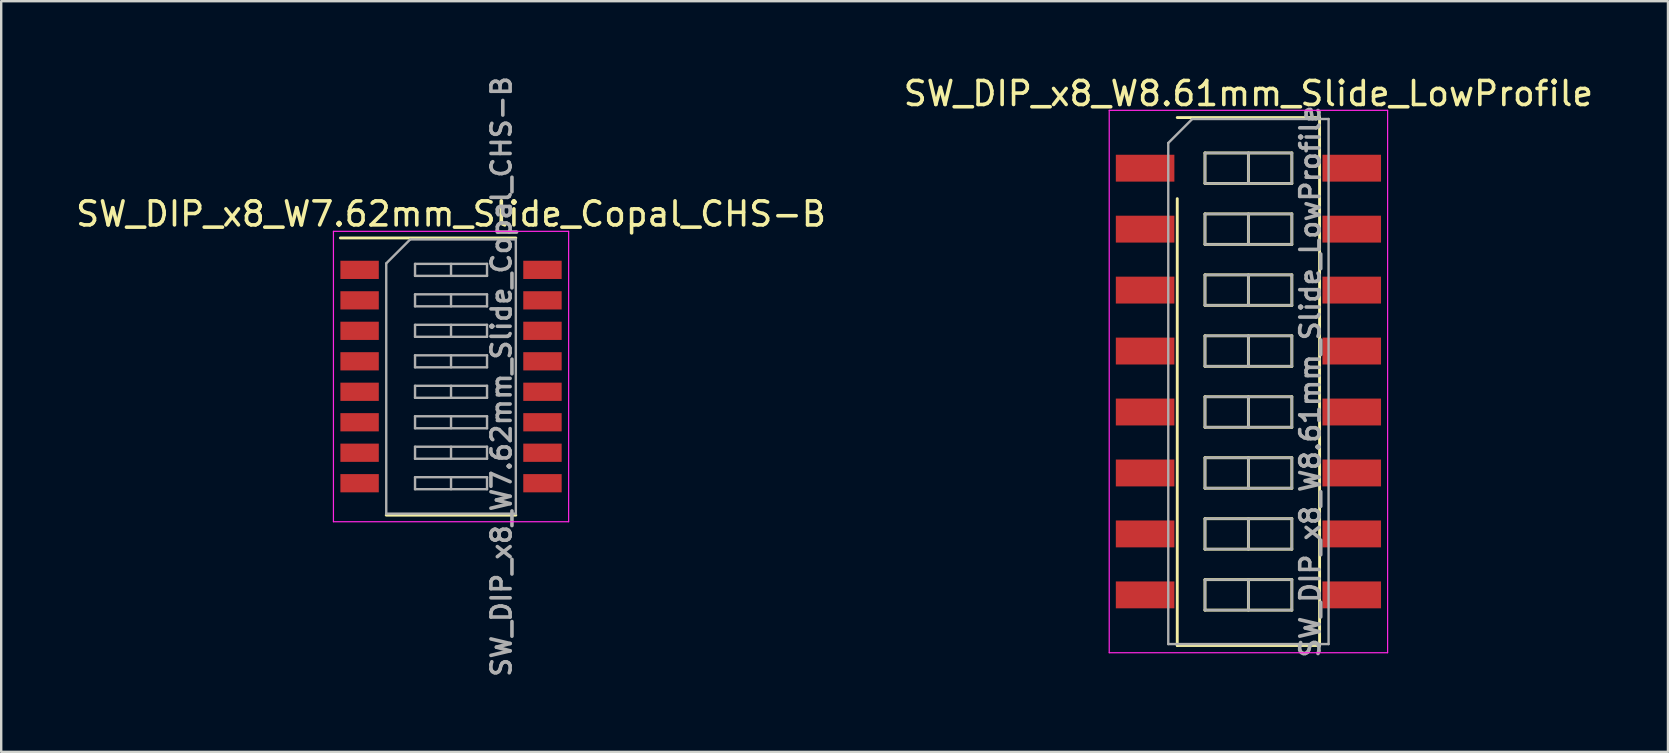
<source format=kicad_pcb>
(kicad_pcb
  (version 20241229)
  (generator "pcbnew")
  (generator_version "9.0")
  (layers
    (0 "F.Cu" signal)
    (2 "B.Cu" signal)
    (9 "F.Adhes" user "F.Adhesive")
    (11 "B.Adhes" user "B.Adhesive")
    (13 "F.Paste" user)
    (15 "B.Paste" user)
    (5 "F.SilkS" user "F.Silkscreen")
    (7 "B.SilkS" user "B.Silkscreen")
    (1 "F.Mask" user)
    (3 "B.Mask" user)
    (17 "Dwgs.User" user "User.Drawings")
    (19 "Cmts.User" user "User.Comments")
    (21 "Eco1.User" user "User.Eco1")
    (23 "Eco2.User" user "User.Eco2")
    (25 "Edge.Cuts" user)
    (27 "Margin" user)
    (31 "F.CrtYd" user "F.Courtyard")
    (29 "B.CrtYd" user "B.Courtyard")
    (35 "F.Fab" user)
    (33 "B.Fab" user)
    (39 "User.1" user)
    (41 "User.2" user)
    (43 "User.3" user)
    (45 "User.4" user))
  (footprint "SW_DIP_x8_W8.61mm_Slide_LowProfile"
    (layer "F.Cu")
    (at 48.97 12.848)
    (property "Reference" "SW_DIP_x8_W8.61mm_Slide_LowProfile" (at 0 -12 0) (layer "F.SilkS") (effects (font (size 1 1) (thickness 0.15))))
    (attr smd)
    (fp_line (start -2.965 -11) (end 2.965 -11) (stroke (width 0.12) (type solid)) (layer "F.SilkS"))
    (fp_line (start -2.965 11) (end -2.965 -7.62) (stroke (width 0.12) (type solid)) (layer "F.SilkS"))
    (fp_line (start -1.81 -9.525) (end -1.81 -8.255) (stroke (width 0.12) (type solid)) (layer "F.SilkS"))
    (fp_line (start -1.81 -8.255) (end 1.81 -8.255) (stroke (width 0.12) (type solid)) (layer "F.SilkS"))
    (fp_line (start -1.81 -6.985) (end -1.81 -5.715) (stroke (width 0.12) (type solid)) (layer "F.SilkS"))
    (fp_line (start -1.81 -5.715) (end 1.81 -5.715) (stroke (width 0.12) (type solid)) (layer "F.SilkS"))
    (fp_line (start -1.81 -4.445) (end -1.81 -3.175) (stroke (width 0.12) (type solid)) (layer "F.SilkS"))
    (fp_line (start -1.81 -3.175) (end 1.81 -3.175) (stroke (width 0.12) (type solid)) (layer "F.SilkS"))
    (fp_line (start -1.81 -1.905) (end -1.81 -0.635) (stroke (width 0.12) (type solid)) (layer "F.SilkS"))
    (fp_line (start -1.81 -0.635) (end 1.81 -0.635) (stroke (width 0.12) (type solid)) (layer "F.SilkS"))
    (fp_line (start -1.81 0.635) (end -1.81 1.905) (stroke (width 0.12) (type solid)) (layer "F.SilkS"))
    (fp_line (start -1.81 1.905) (end 1.81 1.905) (stroke (width 0.12) (type solid)) (layer "F.SilkS"))
    (fp_line (start -1.81 3.175) (end -1.81 4.445) (stroke (width 0.12) (type solid)) (layer "F.SilkS"))
    (fp_line (start -1.81 4.445) (end 1.81 4.445) (stroke (width 0.12) (type solid)) (layer "F.SilkS"))
    (fp_line (start -1.81 5.715) (end -1.81 6.985) (stroke (width 0.12) (type solid)) (layer "F.SilkS"))
    (fp_line (start -1.81 6.985) (end 1.81 6.985) (stroke (width 0.12) (type solid)) (layer "F.SilkS"))
    (fp_line (start -1.81 8.255) (end -1.81 9.525) (stroke (width 0.12) (type solid)) (layer "F.SilkS"))
    (fp_line (start -1.81 9.525) (end 1.81 9.525) (stroke (width 0.12) (type solid)) (layer "F.SilkS"))
    (fp_line (start 0 -9.525) (end 0 -8.255) (stroke (width 0.12) (type solid)) (layer "F.SilkS"))
    (fp_line (start 0 -6.985) (end 0 -5.715) (stroke (width 0.12) (type solid)) (layer "F.SilkS"))
    (fp_line (start 0 -4.445) (end 0 -3.175) (stroke (width 0.12) (type solid)) (layer "F.SilkS"))
    (fp_line (start 0 -1.905) (end 0 -0.635) (stroke (width 0.12) (type solid)) (layer "F.SilkS"))
    (fp_line (start 0 0.635) (end 0 1.905) (stroke (width 0.12) (type solid)) (layer "F.SilkS"))
    (fp_line (start 0 3.175) (end 0 4.445) (stroke (width 0.12) (type solid)) (layer "F.SilkS"))
    (fp_line (start 0 5.715) (end 0 6.985) (stroke (width 0.12) (type solid)) (layer "F.SilkS"))
    (fp_line (start 0 8.255) (end 0 9.525) (stroke (width 0.12) (type solid)) (layer "F.SilkS"))
    (fp_line (start 1.81 -9.525) (end -1.81 -9.525) (stroke (width 0.12) (type solid)) (layer "F.SilkS"))
    (fp_line (start 1.81 -8.255) (end 1.81 -9.525) (stroke (width 0.12) (type solid)) (layer "F.SilkS"))
    (fp_line (start 1.81 -6.985) (end -1.81 -6.985) (stroke (width 0.12) (type solid)) (layer "F.SilkS"))
    (fp_line (start 1.81 -5.715) (end 1.81 -6.985) (stroke (width 0.12) (type solid)) (layer "F.SilkS"))
    (fp_line (start 1.81 -4.445) (end -1.81 -4.445) (stroke (width 0.12) (type solid)) (layer "F.SilkS"))
    (fp_line (start 1.81 -3.175) (end 1.81 -4.445) (stroke (width 0.12) (type solid)) (layer "F.SilkS"))
    (fp_line (start 1.81 -1.905) (end -1.81 -1.905) (stroke (width 0.12) (type solid)) (layer "F.SilkS"))
    (fp_line (start 1.81 -0.635) (end 1.81 -1.905) (stroke (width 0.12) (type solid)) (layer "F.SilkS"))
    (fp_line (start 1.81 0.635) (end -1.81 0.635) (stroke (width 0.12) (type solid)) (layer "F.SilkS"))
    (fp_line (start 1.81 1.905) (end 1.81 0.635) (stroke (width 0.12) (type solid)) (layer "F.SilkS"))
    (fp_line (start 1.81 3.175) (end -1.81 3.175) (stroke (width 0.12) (type solid)) (layer "F.SilkS"))
    (fp_line (start 1.81 4.445) (end 1.81 3.175) (stroke (width 0.12) (type solid)) (layer "F.SilkS"))
    (fp_line (start 1.81 5.715) (end -1.81 5.715) (stroke (width 0.12) (type solid)) (layer "F.SilkS"))
    (fp_line (start 1.81 6.985) (end 1.81 5.715) (stroke (width 0.12) (type solid)) (layer "F.SilkS"))
    (fp_line (start 1.81 8.255) (end -1.81 8.255) (stroke (width 0.12) (type solid)) (layer "F.SilkS"))
    (fp_line (start 1.81 9.525) (end 1.81 8.255) (stroke (width 0.12) (type solid)) (layer "F.SilkS"))
    (fp_line (start 2.965 -11) (end 2.965 11) (stroke (width 0.12) (type solid)) (layer "F.SilkS"))
    (fp_line (start 2.965 11) (end -2.965 11) (stroke (width 0.12) (type solid)) (layer "F.SilkS"))
    (fp_line (start -5.8 -11.3) (end -5.8 11.3) (stroke (width 0.05) (type solid)) (layer "F.CrtYd"))
    (fp_line (start -5.8 11.3) (end 5.8 11.3) (stroke (width 0.05) (type solid)) (layer "F.CrtYd"))
    (fp_line (start 5.8 -11.3) (end -5.8 -11.3) (stroke (width 0.05) (type solid)) (layer "F.CrtYd"))
    (fp_line (start 5.8 11.3) (end 5.8 -11.3) (stroke (width 0.05) (type solid)) (layer "F.CrtYd"))
    (fp_line (start -3.34 -9.94) (end -2.34 -10.94) (stroke (width 0.1) (type solid)) (layer "F.Fab"))
    (fp_line (start -3.34 10.94) (end -3.34 -9.94) (stroke (width 0.1) (type solid)) (layer "F.Fab"))
    (fp_line (start -2.34 -10.94) (end 3.34 -10.94) (stroke (width 0.1) (type solid)) (layer "F.Fab"))
    (fp_line (start -1.81 -9.525) (end -1.81 -8.255) (stroke (width 0.1) (type solid)) (layer "F.Fab"))
    (fp_line (start -1.81 -8.255) (end 1.81 -8.255) (stroke (width 0.1) (type solid)) (layer "F.Fab"))
    (fp_line (start -1.81 -6.985) (end -1.81 -5.715) (stroke (width 0.1) (type solid)) (layer "F.Fab"))
    (fp_line (start -1.81 -5.715) (end 1.81 -5.715) (stroke (width 0.1) (type solid)) (layer "F.Fab"))
    (fp_line (start -1.81 -4.445) (end -1.81 -3.175) (stroke (width 0.1) (type solid)) (layer "F.Fab"))
    (fp_line (start -1.81 -3.175) (end 1.81 -3.175) (stroke (width 0.1) (type solid)) (layer "F.Fab"))
    (fp_line (start -1.81 -1.905) (end -1.81 -0.635) (stroke (width 0.1) (type solid)) (layer "F.Fab"))
    (fp_line (start -1.81 -0.635) (end 1.81 -0.635) (stroke (width 0.1) (type solid)) (layer "F.Fab"))
    (fp_line (start -1.81 0.635) (end -1.81 1.905) (stroke (width 0.1) (type solid)) (layer "F.Fab"))
    (fp_line (start -1.81 1.905) (end 1.81 1.905) (stroke (width 0.1) (type solid)) (layer "F.Fab"))
    (fp_line (start -1.81 3.175) (end -1.81 4.445) (stroke (width 0.1) (type solid)) (layer "F.Fab"))
    (fp_line (start -1.81 4.445) (end 1.81 4.445) (stroke (width 0.1) (type solid)) (layer "F.Fab"))
    (fp_line (start -1.81 5.715) (end -1.81 6.985) (stroke (width 0.1) (type solid)) (layer "F.Fab"))
    (fp_line (start -1.81 6.985) (end 1.81 6.985) (stroke (width 0.1) (type solid)) (layer "F.Fab"))
    (fp_line (start -1.81 8.255) (end -1.81 9.525) (stroke (width 0.1) (type solid)) (layer "F.Fab"))
    (fp_line (start -1.81 9.525) (end 1.81 9.525) (stroke (width 0.1) (type solid)) (layer "F.Fab"))
    (fp_line (start 0 -9.525) (end 0 -8.255) (stroke (width 0.1) (type solid)) (layer "F.Fab"))
    (fp_line (start 0 -6.985) (end 0 -5.715) (stroke (width 0.1) (type solid)) (layer "F.Fab"))
    (fp_line (start 0 -4.445) (end 0 -3.175) (stroke (width 0.1) (type solid)) (layer "F.Fab"))
    (fp_line (start 0 -1.905) (end 0 -0.635) (stroke (width 0.1) (type solid)) (layer "F.Fab"))
    (fp_line (start 0 0.635) (end 0 1.905) (stroke (width 0.1) (type solid)) (layer "F.Fab"))
    (fp_line (start 0 3.175) (end 0 4.445) (stroke (width 0.1) (type solid)) (layer "F.Fab"))
    (fp_line (start 0 5.715) (end 0 6.985) (stroke (width 0.1) (type solid)) (layer "F.Fab"))
    (fp_line (start 0 8.255) (end 0 9.525) (stroke (width 0.1) (type solid)) (layer "F.Fab"))
    (fp_line (start 1.81 -9.525) (end -1.81 -9.525) (stroke (width 0.1) (type solid)) (layer "F.Fab"))
    (fp_line (start 1.81 -8.255) (end 1.81 -9.525) (stroke (width 0.1) (type solid)) (layer "F.Fab"))
    (fp_line (start 1.81 -6.985) (end -1.81 -6.985) (stroke (width 0.1) (type solid)) (layer "F.Fab"))
    (fp_line (start 1.81 -5.715) (end 1.81 -6.985) (stroke (width 0.1) (type solid)) (layer "F.Fab"))
    (fp_line (start 1.81 -4.445) (end -1.81 -4.445) (stroke (width 0.1) (type solid)) (layer "F.Fab"))
    (fp_line (start 1.81 -3.175) (end 1.81 -4.445) (stroke (width 0.1) (type solid)) (layer "F.Fab"))
    (fp_line (start 1.81 -1.905) (end -1.81 -1.905) (stroke (width 0.1) (type solid)) (layer "F.Fab"))
    (fp_line (start 1.81 -0.635) (end 1.81 -1.905) (stroke (width 0.1) (type solid)) (layer "F.Fab"))
    (fp_line (start 1.81 0.635) (end -1.81 0.635) (stroke (width 0.1) (type solid)) (layer "F.Fab"))
    (fp_line (start 1.81 1.905) (end 1.81 0.635) (stroke (width 0.1) (type solid)) (layer "F.Fab"))
    (fp_line (start 1.81 3.175) (end -1.81 3.175) (stroke (width 0.1) (type solid)) (layer "F.Fab"))
    (fp_line (start 1.81 4.445) (end 1.81 3.175) (stroke (width 0.1) (type solid)) (layer "F.Fab"))
    (fp_line (start 1.81 5.715) (end -1.81 5.715) (stroke (width 0.1) (type solid)) (layer "F.Fab"))
    (fp_line (start 1.81 6.985) (end 1.81 5.715) (stroke (width 0.1) (type solid)) (layer "F.Fab"))
    (fp_line (start 1.81 8.255) (end -1.81 8.255) (stroke (width 0.1) (type solid)) (layer "F.Fab"))
    (fp_line (start 1.81 9.525) (end 1.81 8.255) (stroke (width 0.1) (type solid)) (layer "F.Fab"))
    (fp_line (start 3.34 -10.94) (end 3.34 10.94) (stroke (width 0.1) (type solid)) (layer "F.Fab"))
    (fp_line (start 3.34 10.94) (end -3.34 10.94) (stroke (width 0.1) (type solid)) (layer "F.Fab"))
    (fp_text user "${REFERENCE}" (at 2.575 0 90) (layer "F.Fab") (effects (font (size 0.8 0.8) (thickness 0.15))))
    (pad "1" smd rect (at -4.305 -8.89) (size 2.44 1.12) (layers "F.Cu" "F.Mask" "F.Paste"))
    (pad "2" smd rect (at -4.305 -6.35) (size 2.44 1.12) (layers "F.Cu" "F.Mask" "F.Paste"))
    (pad "3" smd rect (at -4.305 -3.81) (size 2.44 1.12) (layers "F.Cu" "F.Mask" "F.Paste"))
    (pad "4" smd rect (at -4.305 -1.27) (size 2.44 1.12) (layers "F.Cu" "F.Mask" "F.Paste"))
    (pad "5" smd rect (at -4.305 1.27) (size 2.44 1.12) (layers "F.Cu" "F.Mask" "F.Paste"))
    (pad "6" smd rect (at -4.305 3.81) (size 2.44 1.12) (layers "F.Cu" "F.Mask" "F.Paste"))
    (pad "7" smd rect (at -4.305 6.35) (size 2.44 1.12) (layers "F.Cu" "F.Mask" "F.Paste"))
    (pad "8" smd rect (at -4.305 8.89) (size 2.44 1.12) (layers "F.Cu" "F.Mask" "F.Paste"))
    (pad "9" smd rect (at 4.305 8.89) (size 2.44 1.12) (layers "F.Cu" "F.Mask" "F.Paste"))
    (pad "10" smd rect (at 4.305 6.35) (size 2.44 1.12) (layers "F.Cu" "F.Mask" "F.Paste"))
    (pad "11" smd rect (at 4.305 3.81) (size 2.44 1.12) (layers "F.Cu" "F.Mask" "F.Paste"))
    (pad "12" smd rect (at 4.305 1.27) (size 2.44 1.12) (layers "F.Cu" "F.Mask" "F.Paste"))
    (pad "13" smd rect (at 4.305 -1.27) (size 2.44 1.12) (layers "F.Cu" "F.Mask" "F.Paste"))
    (pad "14" smd rect (at 4.305 -3.81) (size 2.44 1.12) (layers "F.Cu" "F.Mask" "F.Paste"))
    (pad "15" smd rect (at 4.305 -6.35) (size 2.44 1.12) (layers "F.Cu" "F.Mask" "F.Paste"))
    (pad "16" smd rect (at 4.305 -8.89) (size 2.44 1.12) (layers "F.Cu" "F.Mask" "F.Paste")))
  (footprint "SW_DIP_x8_W7.62mm_Slide_Copal_CHS-B"
    (layer "F.Cu")
    (at 15.744 12.64)
    (property "Reference" "SW_DIP_x8_W7.62mm_Slide_Copal_CHS-B" (at 0 -6.775 0) (layer "F.SilkS") (effects (font (size 1 1) (thickness 0.15))))
    (attr smd)
    (fp_line (start -4.61 -5.775) (end 2.7 -5.775) (stroke (width 0.12) (type solid)) (layer "F.SilkS"))
    (fp_line (start -2.7 5.775) (end 2.7 5.775) (stroke (width 0.12) (type solid)) (layer "F.SilkS"))
    (fp_line (start -4.9 -6.05) (end -4.9 6.05) (stroke (width 0.05) (type solid)) (layer "F.CrtYd"))
    (fp_line (start -4.9 6.05) (end 4.9 6.05) (stroke (width 0.05) (type solid)) (layer "F.CrtYd"))
    (fp_line (start 4.9 -6.05) (end -4.9 -6.05) (stroke (width 0.05) (type solid)) (layer "F.CrtYd"))
    (fp_line (start 4.9 6.05) (end 4.9 -6.05) (stroke (width 0.05) (type solid)) (layer "F.CrtYd"))
    (fp_line (start -2.7 -4.715) (end -1.7 -5.715) (stroke (width 0.1) (type solid)) (layer "F.Fab"))
    (fp_line (start -2.7 5.715) (end -2.7 -4.715) (stroke (width 0.1) (type solid)) (layer "F.Fab"))
    (fp_line (start -1.7 -5.715) (end 2.7 -5.715) (stroke (width 0.1) (type solid)) (layer "F.Fab"))
    (fp_line (start -1.5 -4.695) (end -1.5 -4.195) (stroke (width 0.1) (type solid)) (layer "F.Fab"))
    (fp_line (start -1.5 -4.195) (end 1.5 -4.195) (stroke (width 0.1) (type solid)) (layer "F.Fab"))
    (fp_line (start -1.5 -3.425) (end -1.5 -2.925) (stroke (width 0.1) (type solid)) (layer "F.Fab"))
    (fp_line (start -1.5 -2.925) (end 1.5 -2.925) (stroke (width 0.1) (type solid)) (layer "F.Fab"))
    (fp_line (start -1.5 -2.155) (end -1.5 -1.655) (stroke (width 0.1) (type solid)) (layer "F.Fab"))
    (fp_line (start -1.5 -1.655) (end 1.5 -1.655) (stroke (width 0.1) (type solid)) (layer "F.Fab"))
    (fp_line (start -1.5 -0.885) (end -1.5 -0.385) (stroke (width 0.1) (type solid)) (layer "F.Fab"))
    (fp_line (start -1.5 -0.385) (end 1.5 -0.385) (stroke (width 0.1) (type solid)) (layer "F.Fab"))
    (fp_line (start -1.5 0.385) (end -1.5 0.885) (stroke (width 0.1) (type solid)) (layer "F.Fab"))
    (fp_line (start -1.5 0.885) (end 1.5 0.885) (stroke (width 0.1) (type solid)) (layer "F.Fab"))
    (fp_line (start -1.5 1.655) (end -1.5 2.155) (stroke (width 0.1) (type solid)) (layer "F.Fab"))
    (fp_line (start -1.5 2.155) (end 1.5 2.155) (stroke (width 0.1) (type solid)) (layer "F.Fab"))
    (fp_line (start -1.5 2.925) (end -1.5 3.425) (stroke (width 0.1) (type solid)) (layer "F.Fab"))
    (fp_line (start -1.5 3.425) (end 1.5 3.425) (stroke (width 0.1) (type solid)) (layer "F.Fab"))
    (fp_line (start -1.5 4.195) (end -1.5 4.695) (stroke (width 0.1) (type solid)) (layer "F.Fab"))
    (fp_line (start -1.5 4.695) (end 1.5 4.695) (stroke (width 0.1) (type solid)) (layer "F.Fab"))
    (fp_line (start 0 -4.695) (end 0 -4.195) (stroke (width 0.1) (type solid)) (layer "F.Fab"))
    (fp_line (start 0 -3.425) (end 0 -2.925) (stroke (width 0.1) (type solid)) (layer "F.Fab"))
    (fp_line (start 0 -2.155) (end 0 -1.655) (stroke (width 0.1) (type solid)) (layer "F.Fab"))
    (fp_line (start 0 -0.885) (end 0 -0.385) (stroke (width 0.1) (type solid)) (layer "F.Fab"))
    (fp_line (start 0 0.385) (end 0 0.885) (stroke (width 0.1) (type solid)) (layer "F.Fab"))
    (fp_line (start 0 1.655) (end 0 2.155) (stroke (width 0.1) (type solid)) (layer "F.Fab"))
    (fp_line (start 0 2.925) (end 0 3.425) (stroke (width 0.1) (type solid)) (layer "F.Fab"))
    (fp_line (start 0 4.195) (end 0 4.695) (stroke (width 0.1) (type solid)) (layer "F.Fab"))
    (fp_line (start 1.5 -4.695) (end -1.5 -4.695) (stroke (width 0.1) (type solid)) (layer "F.Fab"))
    (fp_line (start 1.5 -4.195) (end 1.5 -4.695) (stroke (width 0.1) (type solid)) (layer "F.Fab"))
    (fp_line (start 1.5 -3.425) (end -1.5 -3.425) (stroke (width 0.1) (type solid)) (layer "F.Fab"))
    (fp_line (start 1.5 -2.925) (end 1.5 -3.425) (stroke (width 0.1) (type solid)) (layer "F.Fab"))
    (fp_line (start 1.5 -2.155) (end -1.5 -2.155) (stroke (width 0.1) (type solid)) (layer "F.Fab"))
    (fp_line (start 1.5 -1.655) (end 1.5 -2.155) (stroke (width 0.1) (type solid)) (layer "F.Fab"))
    (fp_line (start 1.5 -0.885) (end -1.5 -0.885) (stroke (width 0.1) (type solid)) (layer "F.Fab"))
    (fp_line (start 1.5 -0.385) (end 1.5 -0.885) (stroke (width 0.1) (type solid)) (layer "F.Fab"))
    (fp_line (start 1.5 0.385) (end -1.5 0.385) (stroke (width 0.1) (type solid)) (layer "F.Fab"))
    (fp_line (start 1.5 0.885) (end 1.5 0.385) (stroke (width 0.1) (type solid)) (layer "F.Fab"))
    (fp_line (start 1.5 1.655) (end -1.5 1.655) (stroke (width 0.1) (type solid)) (layer "F.Fab"))
    (fp_line (start 1.5 2.155) (end 1.5 1.655) (stroke (width 0.1) (type solid)) (layer "F.Fab"))
    (fp_line (start 1.5 2.925) (end -1.5 2.925) (stroke (width 0.1) (type solid)) (layer "F.Fab"))
    (fp_line (start 1.5 3.425) (end 1.5 2.925) (stroke (width 0.1) (type solid)) (layer "F.Fab"))
    (fp_line (start 1.5 4.195) (end -1.5 4.195) (stroke (width 0.1) (type solid)) (layer "F.Fab"))
    (fp_line (start 1.5 4.695) (end 1.5 4.195) (stroke (width 0.1) (type solid)) (layer "F.Fab"))
    (fp_line (start 2.7 -5.715) (end 2.7 5.715) (stroke (width 0.1) (type solid)) (layer "F.Fab"))
    (fp_line (start 2.7 5.715) (end -2.7 5.715) (stroke (width 0.1) (type solid)) (layer "F.Fab"))
    (fp_text user "${REFERENCE}" (at 2.1 0 90) (layer "F.Fab") (effects (font (size 0.8 0.8) (thickness 0.15))))
    (pad "1" smd rect (at -3.81 -4.445) (size 1.6 0.76) (layers "F.Cu" "F.Mask" "F.Paste"))
    (pad "2" smd rect (at -3.81 -3.175) (size 1.6 0.76) (layers "F.Cu" "F.Mask" "F.Paste"))
    (pad "3" smd rect (at -3.81 -1.905) (size 1.6 0.76) (layers "F.Cu" "F.Mask" "F.Paste"))
    (pad "4" smd rect (at -3.81 -0.635) (size 1.6 0.76) (layers "F.Cu" "F.Mask" "F.Paste"))
    (pad "5" smd rect (at -3.81 0.635) (size 1.6 0.76) (layers "F.Cu" "F.Mask" "F.Paste"))
    (pad "6" smd rect (at -3.81 1.905) (size 1.6 0.76) (layers "F.Cu" "F.Mask" "F.Paste"))
    (pad "7" smd rect (at -3.81 3.175) (size 1.6 0.76) (layers "F.Cu" "F.Mask" "F.Paste"))
    (pad "8" smd rect (at -3.81 4.445) (size 1.6 0.76) (layers "F.Cu" "F.Mask" "F.Paste"))
    (pad "9" smd rect (at 3.81 4.445) (size 1.6 0.76) (layers "F.Cu" "F.Mask" "F.Paste"))
    (pad "10" smd rect (at 3.81 3.175) (size 1.6 0.76) (layers "F.Cu" "F.Mask" "F.Paste"))
    (pad "11" smd rect (at 3.81 1.905) (size 1.6 0.76) (layers "F.Cu" "F.Mask" "F.Paste"))
    (pad "12" smd rect (at 3.81 0.635) (size 1.6 0.76) (layers "F.Cu" "F.Mask" "F.Paste"))
    (pad "13" smd rect (at 3.81 -0.635) (size 1.6 0.76) (layers "F.Cu" "F.Mask" "F.Paste"))
    (pad "14" smd rect (at 3.81 -1.905) (size 1.6 0.76) (layers "F.Cu" "F.Mask" "F.Paste"))
    (pad "15" smd rect (at 3.81 -3.175) (size 1.6 0.76) (layers "F.Cu" "F.Mask" "F.Paste"))
    (pad "16" smd rect (at 3.81 -4.445) (size 1.6 0.76) (layers "F.Cu" "F.Mask" "F.Paste")))
  (gr_rect
    (start -3 -3)
    (end 66.452 28.28)
    (stroke (width 0.1) (type default))
    (fill no)
    (layer "Edge.Cuts")))
</source>
